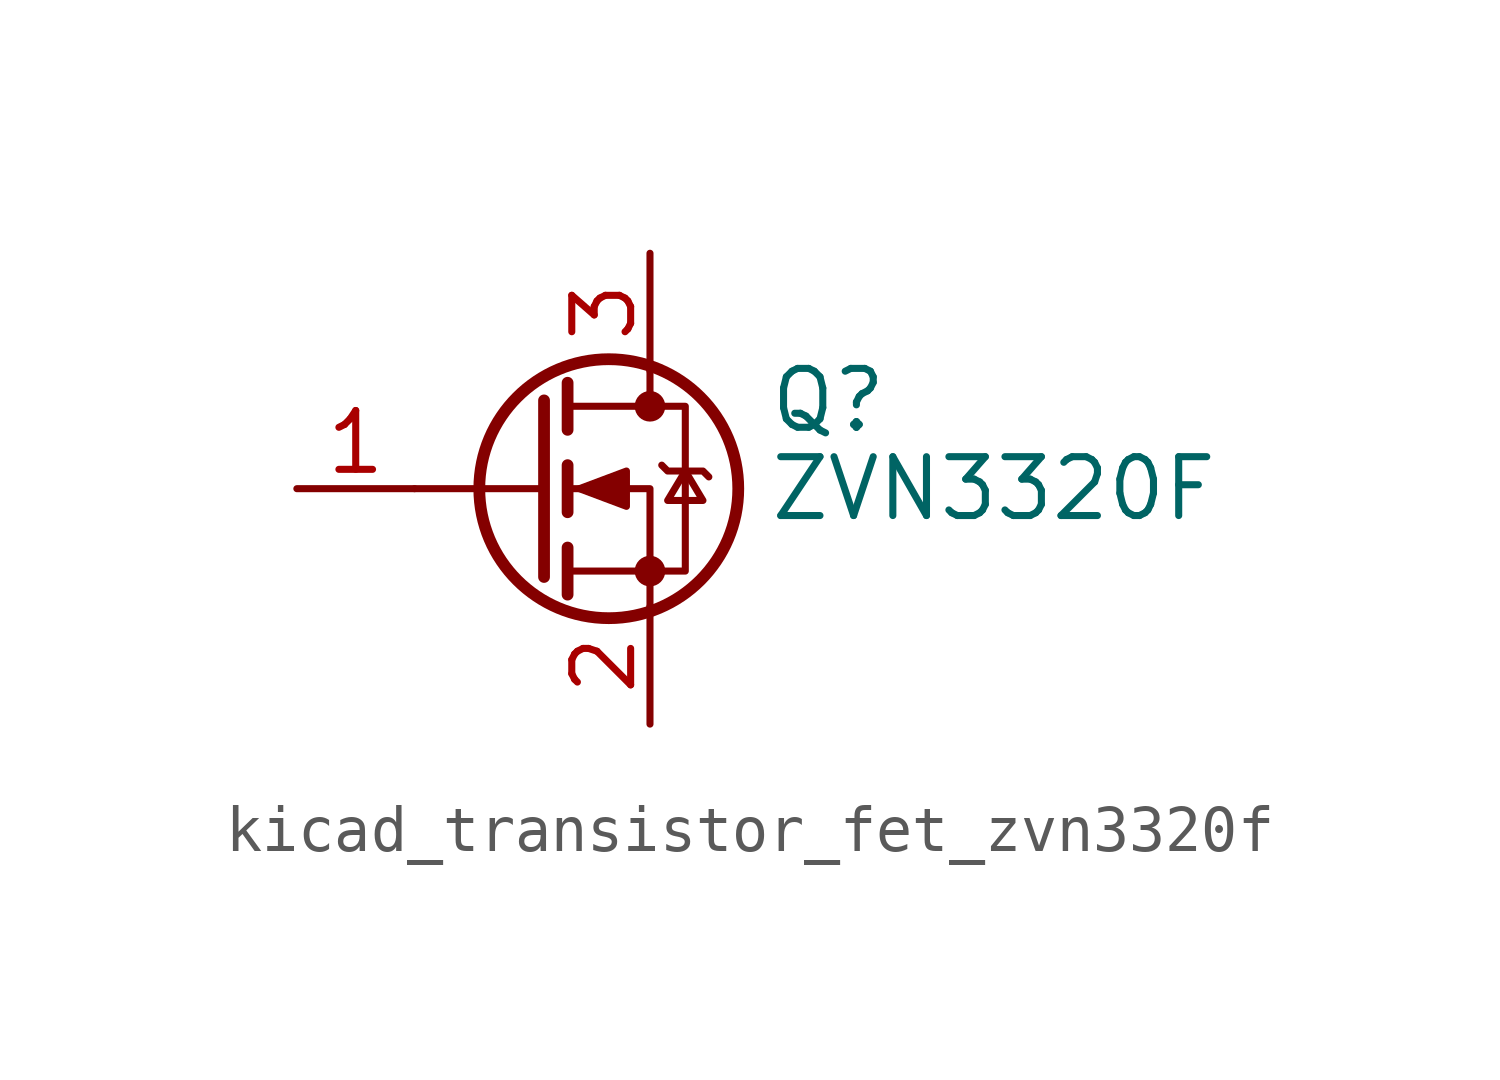
<source format=kicad_sym>
(kicad_symbol_lib
  (version 20220914)
  (generator kicad_symbol_editor)
  (symbol "kicad_transistor_fet_zvn3320f"
    (pin_names hide)
    (property "Reference" "Q"
      (at 5.08 1.905 0)
      (effects (font (size 1.27 1.27)) (justify left)))
    (property "Value" "ZVN3320F"
      (at 5.08 0 0)
      (effects (font (size 1.27 1.27)) (justify left)))
    (symbol "kicad_transistor_fet_zvn3320f_0_1"
      (polyline (pts (xy 0.254 0) (xy -2.54 0)) (stroke (width 0) (type default)) (fill (type none)))
      (polyline (pts (xy 0.254 1.905) (xy 0.254 -1.905)) (stroke (width 0.254) (type default)) (fill (type none)))
      (polyline (pts (xy 0.762 -1.27) (xy 0.762 -2.286)) (stroke (width 0.254) (type default)) (fill (type none)))
      (polyline (pts (xy 0.762 0.508) (xy 0.762 -0.508)) (stroke (width 0.254) (type default)) (fill (type none)))
      (polyline (pts (xy 0.762 2.286) (xy 0.762 1.27)) (stroke (width 0.254) (type default)) (fill (type none)))
      (polyline (pts (xy 2.54 2.54) (xy 2.54 1.778)) (stroke (width 0) (type default)) (fill (type none)))
      (polyline (pts (xy 2.54 -2.54) (xy 2.54 0) (xy 0.762 0)) (stroke (width 0) (type default)) (fill (type none)))
      (polyline (pts (xy 0.762 -1.778) (xy 3.302 -1.778) (xy 3.302 1.778) (xy 0.762 1.778)) (stroke (width 0) (type default)) (fill (type none)))
      (polyline (pts (xy 1.016 0) (xy 2.032 0.381) (xy 2.032 -0.381) (xy 1.016 0)) (stroke (width 0) (type default)) (fill (type outline)))
      (polyline (pts (xy 2.794 0.508) (xy 2.921 0.381) (xy 3.683 0.381) (xy 3.81 0.254)) (stroke (width 0) (type default)) (fill (type none)))
      (polyline (pts (xy 3.302 0.381) (xy 2.921 -0.254) (xy 3.683 -0.254) (xy 3.302 0.381)) (stroke (width 0) (type default)) (fill (type none)))
      (circle (center 1.651 0) (radius 2.794) (stroke (width 0.254) (type default)) (fill (type none)))
      (circle (center 2.54 -1.778) (radius 0.254) (stroke (width 0) (type default)) (fill (type outline)))
      (circle (center 2.54 1.778) (radius 0.254) (stroke (width 0) (type default)) (fill (type outline))))
    (symbol "kicad_transistor_fet_zvn3320f_1_1"
      (pin input line (at -5.08 0 0) (length 2.54) (name "G" (effects (font (size 1.27 1.27)))) (number "1" (effects (font (size 1.27 1.27)))))
      (pin passive line (at 2.54 -5.08 90) (length 2.54) (name "S" (effects (font (size 1.27 1.27)))) (number "2" (effects (font (size 1.27 1.27)))))
      (pin passive line (at 2.54 5.08 270) (length 2.54) (name "D" (effects (font (size 1.27 1.27)))) (number "3" (effects (font (size 1.27 1.27))))))))
</source>
